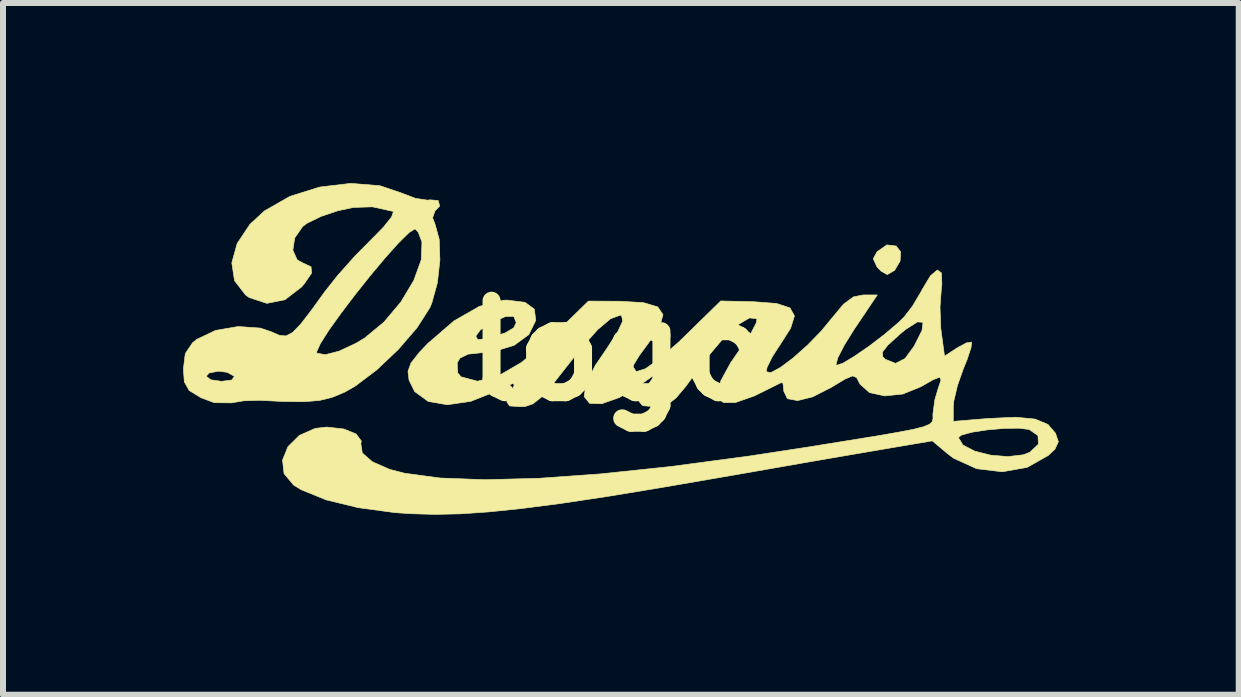
<source format=kicad_pcb>
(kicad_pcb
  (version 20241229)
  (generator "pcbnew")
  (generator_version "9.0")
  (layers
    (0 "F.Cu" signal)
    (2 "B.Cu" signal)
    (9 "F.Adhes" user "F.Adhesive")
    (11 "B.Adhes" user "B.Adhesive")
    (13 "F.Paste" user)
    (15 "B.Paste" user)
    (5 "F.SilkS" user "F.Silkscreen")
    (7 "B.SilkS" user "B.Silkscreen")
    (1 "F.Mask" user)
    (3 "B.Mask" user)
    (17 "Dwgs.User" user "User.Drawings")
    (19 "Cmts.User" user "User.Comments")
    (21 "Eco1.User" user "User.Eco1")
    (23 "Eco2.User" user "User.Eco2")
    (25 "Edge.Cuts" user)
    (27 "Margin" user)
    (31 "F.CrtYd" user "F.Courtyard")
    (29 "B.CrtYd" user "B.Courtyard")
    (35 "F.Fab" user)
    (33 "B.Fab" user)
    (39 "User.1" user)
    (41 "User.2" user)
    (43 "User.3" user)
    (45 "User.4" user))
  (footprint "logo"
    (layer "F.Cu")
    (at 7.244 2.795)
    (property "Reference" "logo" (at 0 0 0) (layer "F.SilkS") (effects (font (size 1.524 1.524) (thickness 0.3))))
    (attr through_hole)
    (fp_poly (pts (xy 4.636 -1.746) (xy 4.711 -1.65) (xy 4.702 -1.495) (xy 4.611 -1.341) (xy 4.488 -1.27) (xy 4.487 -1.27) (xy 4.386 -1.327) (xy 4.318 -1.397) (xy 4.255 -1.533) (xy 4.318 -1.651) (xy 4.482 -1.765) (xy 4.636 -1.746)) (stroke (width 0.01) (type solid)) (fill yes) (layer "F.SilkS"))
    (fp_poly (pts (xy -3.965 -2.751) (xy -3.615 -2.633) (xy -3.375 -2.541) (xy -3.171 -2.51) (xy -3.131 -2.516) (xy -2.993 -2.504) (xy -2.969 -2.412) (xy -3.048 -2.328) (xy -3.087 -2.216) (xy -3.048 -2.117) (xy -2.977 -1.86) (xy -2.965 -1.511) (xy -3.007 -1.134) (xy -3.1 -0.796) (xy -3.133 -0.718) (xy -3.345 -0.386) (xy -3.657 -0.024) (xy -4.018 0.318) (xy -4.379 0.59) (xy -4.553 0.689) (xy -4.757 0.774) (xy -4.968 0.826) (xy -5.229 0.848) (xy -5.581 0.844) (xy -5.969 0.824) (xy -6.237 0.833) (xy -6.439 0.867) (xy -6.723 0.864) (xy -6.947 0.781) (xy -7.142 0.661) (xy -7.223 0.518) (xy -7.23 0.423) (xy -6.858 0.423) (xy -6.784 0.482) (xy -6.606 0.508) (xy -6.599 0.508) (xy -6.43 0.485) (xy -6.391 0.426) (xy -6.392 0.423) (xy -6.509 0.358) (xy -6.651 0.339) (xy -6.808 0.368) (xy -6.858 0.423) (xy -7.23 0.423) (xy -7.239 0.305) (xy -7.207 0.045) (xy -7.186 0.015) (xy -5.018 0.015) (xy -5.014 0.038) (xy -4.878 0.065) (xy -4.647 0.006) (xy -4.366 -0.125) (xy -4.219 -0.213) (xy -3.897 -0.479) (xy -3.616 -0.812) (xy -3.401 -1.171) (xy -3.276 -1.515) (xy -3.264 -1.806) (xy -3.267 -1.821) (xy -3.327 -1.979) (xy -3.379 -2.032) (xy -3.479 -1.97) (xy -3.65 -1.802) (xy -3.871 -1.556) (xy -4.12 -1.259) (xy -4.375 -0.939) (xy -4.614 -0.624) (xy -4.816 -0.342) (xy -4.957 -0.12) (xy -5.018 0.015) (xy -7.186 0.015) (xy -7.087 -0.133) (xy -7.016 -0.191) (xy -6.704 -0.34) (xy -6.325 -0.405) (xy -5.956 -0.379) (xy -5.771 -0.316) (xy -5.639 -0.258) (xy -5.53 -0.248) (xy -5.419 -0.306) (xy -5.28 -0.45) (xy -5.089 -0.699) (xy -4.889 -0.977) (xy -4.663 -1.262) (xy -4.376 -1.584) (xy -4.114 -1.848) (xy -3.903 -2.063) (xy -3.771 -2.229) (xy -3.739 -2.318) (xy -3.748 -2.324) (xy -4.089 -2.399) (xy -4.407 -2.389) (xy -4.664 -2.334) (xy -4.944 -2.24) (xy -5.178 -2.126) (xy -5.25 -2.073) (xy -5.384 -1.881) (xy -5.415 -1.676) (xy -5.343 -1.516) (xy -5.249 -1.464) (xy -5.112 -1.401) (xy -5.102 -1.296) (xy -5.221 -1.121) (xy -5.271 -1.063) (xy -5.547 -0.851) (xy -5.848 -0.791) (xy -6.143 -0.888) (xy -6.203 -0.931) (xy -6.387 -1.17) (xy -6.432 -1.466) (xy -6.343 -1.788) (xy -6.129 -2.109) (xy -5.888 -2.331) (xy -5.463 -2.574) (xy -4.967 -2.729) (xy -4.45 -2.79) (xy -3.965 -2.751)) (stroke (width 0.01) (type solid)) (fill yes) (layer "F.SilkS"))
    (fp_poly (pts (xy 5.391 -1.298) (xy 5.398 -1.103) (xy 5.389 -1.036) (xy 5.367 -0.727) (xy 5.379 -0.384) (xy 5.389 -0.303) (xy 5.442 0.089) (xy 5.649 -0.047) (xy 5.808 -0.133) (xy 5.894 -0.146) (xy 5.884 -0.054) (xy 5.82 0.141) (xy 5.759 0.291) (xy 5.658 0.576) (xy 5.596 0.84) (xy 5.588 0.933) (xy 5.588 1.175) (xy 6.171 1.127) (xy 6.63 1.106) (xy 6.952 1.137) (xy 7.165 1.226) (xy 7.29 1.371) (xy 7.339 1.515) (xy 7.282 1.638) (xy 7.171 1.743) (xy 6.818 1.942) (xy 6.404 2.015) (xy 5.978 1.964) (xy 5.591 1.788) (xy 5.496 1.716) (xy 5.239 1.5) (xy 4.418 1.639) (xy 4.085 1.696) (xy 3.624 1.775) (xy 3.074 1.87) (xy 2.474 1.975) (xy 1.862 2.082) (xy 1.693 2.111) (xy 0.671 2.287) (xy -0.205 2.431) (xy -0.953 2.543) (xy -1.593 2.626) (xy -2.143 2.683) (xy -2.622 2.716) (xy -3.05 2.725) (xy -3.445 2.714) (xy -3.709 2.696) (xy -4.326 2.613) (xy -4.86 2.483) (xy -5.274 2.315) (xy -5.401 2.238) (xy -5.562 2.045) (xy -5.587 1.82) (xy -5.496 1.596) (xy -5.307 1.409) (xy -5.042 1.292) (xy -4.851 1.27) (xy -4.566 1.302) (xy -4.362 1.384) (xy -4.275 1.5) (xy -4.282 1.552) (xy -4.258 1.702) (xy -4.089 1.849) (xy -3.801 1.975) (xy -3.55 2.04) (xy -2.959 2.119) (xy -2.214 2.147) (xy -1.32 2.124) (xy -0.285 2.05) (xy 0.885 1.927) (xy 2.183 1.754) (xy 3.156 1.605) (xy 3.801 1.501) (xy 4.148 1.445) (xy 5.673 1.445) (xy 5.749 1.569) (xy 5.945 1.671) (xy 6.21 1.738) (xy 6.497 1.762) (xy 6.755 1.732) (xy 6.864 1.69) (xy 7.006 1.555) (xy 6.999 1.412) (xy 6.852 1.31) (xy 6.68 1.289) (xy 6.43 1.293) (xy 6.153 1.317) (xy 5.9 1.356) (xy 5.724 1.404) (xy 5.673 1.445) (xy 4.148 1.445) (xy 4.298 1.421) (xy 4.667 1.357) (xy 4.926 1.307) (xy 5.094 1.264) (xy 5.192 1.223) (xy 5.238 1.18) (xy 5.25 1.129) (xy 5.249 1.066) (xy 5.249 1.053) (xy 5.28 0.819) (xy 5.332 0.641) (xy 5.383 0.489) (xy 5.364 0.438) (xy 5.251 0.482) (xy 5.048 0.598) (xy 4.747 0.72) (xy 4.445 0.751) (xy 4.192 0.696) (xy 4.034 0.555) (xy 4.028 0.542) (xy 3.977 0.445) (xy 3.911 0.418) (xy 3.787 0.469) (xy 3.565 0.603) (xy 3.55 0.612) (xy 3.245 0.767) (xy 2.994 0.829) (xy 2.824 0.797) (xy 2.763 0.669) (xy 2.764 0.652) (xy 2.75 0.539) (xy 2.722 0.529) (xy 2.275 0.751) (xy 1.956 0.862) (xy 1.764 0.863) (xy 1.735 0.846) (xy 1.668 0.712) (xy 1.714 0.501) (xy 1.878 0.2) (xy 2.076 -0.087) (xy 2.224 -0.307) (xy 2.309 -0.472) (xy 2.316 -0.535) (xy 2.192 -0.548) (xy 1.999 -0.434) (xy 1.756 -0.207) (xy 1.483 0.116) (xy 1.354 0.289) (xy 1.13 0.595) (xy 0.969 0.785) (xy 0.84 0.886) (xy 0.713 0.926) (xy 0.617 0.931) (xy 0.413 0.914) (xy 0.351 0.842) (xy 0.42 0.687) (xy 0.483 0.593) (xy 0.628 0.387) (xy 0.367 0.572) (xy 0.025 0.778) (xy -0.269 0.882) (xy -0.471 0.875) (xy -0.562 0.762) (xy -0.53 0.548) (xy -0.376 0.243) (xy -0.205 -0.008) (xy -0.01 -0.301) (xy 0.081 -0.498) (xy 0.061 -0.588) (xy 0.037 -0.593) (xy -0.123 -0.534) (xy -0.337 -0.353) (xy -0.616 -0.04) (xy -0.848 0.256) (xy -1.096 0.572) (xy -1.275 0.773) (xy -1.415 0.883) (xy -1.542 0.927) (xy -1.612 0.931) (xy -1.804 0.918) (xy -1.851 0.849) (xy -1.781 0.683) (xy -1.773 0.667) (xy -1.725 0.568) (xy -1.749 0.544) (xy -1.874 0.597) (xy -2.019 0.671) (xy -2.453 0.842) (xy -2.842 0.898) (xy -3.16 0.843) (xy -3.386 0.678) (xy -3.479 0.488) (xy -3.497 0.342) (xy -3.447 0.203) (xy -3.307 0.025) (xy -3.163 -0.126) (xy -3.024 -0.245) (xy -2.367 -0.245) (xy -2.335 -0.188) (xy -2.223 -0.199) (xy -2.018 -0.257) (xy -1.884 -0.295) (xy -1.735 -0.383) (xy -1.693 -0.471) (xy -1.735 -0.574) (xy -1.873 -0.571) (xy -2.121 -0.463) (xy -2.291 -0.348) (xy -2.367 -0.245) (xy -3.024 -0.245) (xy -2.733 -0.497) (xy -2.307 -0.741) (xy -1.912 -0.843) (xy -1.845 -0.845) (xy -1.547 -0.808) (xy -1.392 -0.695) (xy -1.368 -0.507) (xy -1.483 -0.271) (xy -1.729 -0.091) (xy -2.071 0.012) (xy -2.23 0.027) (xy -2.494 0.055) (xy -2.632 0.122) (xy -2.677 0.201) (xy -2.668 0.368) (xy -2.613 0.433) (xy -2.34 0.506) (xy -2.003 0.425) (xy -1.602 0.191) (xy -1.14 -0.197) (xy -1.05 -0.283) (xy -0.49 -0.829) (xy 0.03 -0.826) (xy 0.426 -0.803) (xy 0.664 -0.732) (xy 0.752 -0.602) (xy 0.696 -0.402) (xy 0.508 -0.127) (xy 0.359 0.075) (xy 0.267 0.225) (xy 0.254 0.266) (xy 0.306 0.346) (xy 0.456 0.3) (xy 0.695 0.133) (xy 1.015 -0.148) (xy 1.116 -0.246) (xy 1.714 -0.831) (xy 2.266 -0.818) (xy 2.645 -0.789) (xy 2.867 -0.716) (xy 2.942 -0.583) (xy 2.878 -0.377) (xy 2.721 -0.13) (xy 2.573 0.098) (xy 2.485 0.277) (xy 2.473 0.349) (xy 2.549 0.363) (xy 2.709 0.277) (xy 2.923 0.116) (xy 3.16 -0.095) (xy 3.389 -0.33) (xy 3.556 -0.533) (xy 3.759 -0.777) (xy 3.927 -0.9) (xy 4.087 -0.931) (xy 4.322 -0.931) (xy 3.938 -0.36) (xy 3.772 -0.094) (xy 3.665 0.114) (xy 3.634 0.229) (xy 3.643 0.241) (xy 3.749 0.206) (xy 3.943 0.09) (xy 4.041 0.022) (xy 4.407 0.022) (xy 4.415 0.101) (xy 4.458 0.142) (xy 4.626 0.209) (xy 4.785 0.128) (xy 4.936 -0.079) (xy 5.067 -0.339) (xy 5.084 -0.475) (xy 4.992 -0.482) (xy 4.795 -0.357) (xy 4.703 -0.281) (xy 4.497 -0.094) (xy 4.407 0.022) (xy 4.041 0.022) (xy 4.189 -0.08) (xy 4.444 -0.275) (xy 4.672 -0.469) (xy 4.768 -0.562) (xy 4.91 -0.747) (xy 5.052 -0.986) (xy 5.064 -1.011) (xy 5.208 -1.251) (xy 5.322 -1.347) (xy 5.391 -1.298)) (stroke (width 0.01) (type solid)) (fill yes) (layer "F.SilkS")))
  (gr_rect
    (start -3 -3)
    (end 17.588 8.525)
    (stroke (width 0.1) (type default))
    (fill no)
    (layer "Edge.Cuts")))
</source>
